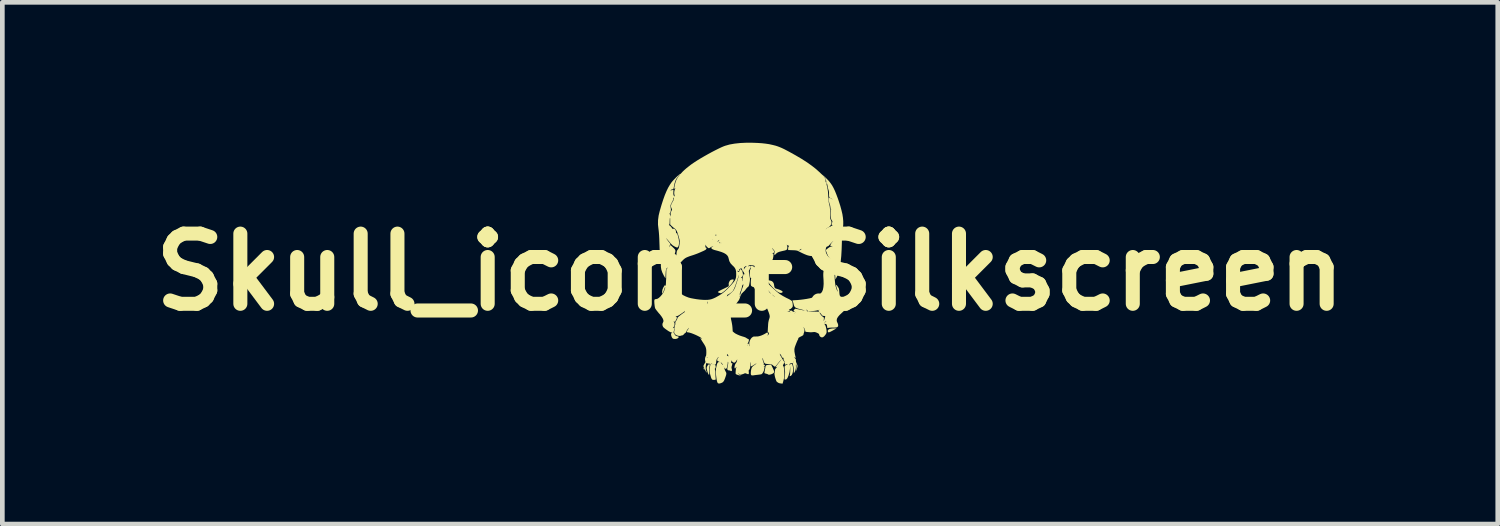
<source format=kicad_pcb>
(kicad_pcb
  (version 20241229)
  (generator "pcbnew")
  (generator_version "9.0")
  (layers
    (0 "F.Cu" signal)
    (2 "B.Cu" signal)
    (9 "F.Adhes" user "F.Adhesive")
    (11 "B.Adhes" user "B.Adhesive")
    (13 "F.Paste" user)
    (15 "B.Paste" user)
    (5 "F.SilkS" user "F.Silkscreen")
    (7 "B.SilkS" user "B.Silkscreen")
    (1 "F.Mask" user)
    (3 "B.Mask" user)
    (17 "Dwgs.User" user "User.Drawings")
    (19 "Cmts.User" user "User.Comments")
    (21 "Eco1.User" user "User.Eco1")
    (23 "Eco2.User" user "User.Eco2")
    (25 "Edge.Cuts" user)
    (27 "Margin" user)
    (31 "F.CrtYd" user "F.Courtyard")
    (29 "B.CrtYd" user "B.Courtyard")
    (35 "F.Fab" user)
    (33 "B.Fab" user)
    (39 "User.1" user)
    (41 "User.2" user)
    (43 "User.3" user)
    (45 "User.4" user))
  (footprint "Skull_icon_FSilkscreen"
    (layer "F.Cu")
    (at 12.979 2.764)
    (property "Reference" "Skull_icon_FSilkscreen" (at 0 0 0) (layer "F.SilkS") (effects (font (size 1.5 1.5) (thickness 0.3))))
    (attr board_only exclude_from_pos_files exclude_from_bom)
    (fp_poly (pts (xy 1.805 1.228) (xy 1.759 1.254) (xy 1.724 1.272) (xy 1.699 1.284) (xy 1.682 1.288) (xy 1.671 1.287) (xy 1.665 1.28) (xy 1.661 1.268) (xy 1.662 1.245) (xy 1.677 1.227) (xy 1.707 1.214) (xy 1.752 1.206) (xy 1.805 1.204) (xy 1.848 1.203)) (stroke (width 0) (type solid)) (fill yes) (layer "F.SilkS"))
    (fp_poly (pts (xy -0.862 1.975) (xy -0.862 1.99) (xy -0.867 2.016) (xy -0.872 2.051) (xy -0.874 2.095) (xy -0.873 2.126) (xy -0.872 2.162) (xy -0.873 2.184) (xy -0.876 2.194) (xy -0.883 2.192) (xy -0.889 2.186) (xy -0.895 2.173) (xy -0.904 2.15) (xy -0.913 2.121) (xy -0.921 2.09) (xy -0.927 2.062) (xy -0.927 2.062) (xy -0.926 2.04) (xy -0.917 2.015) (xy -0.903 1.991) (xy -0.888 1.975) (xy -0.882 1.973) (xy -0.868 1.97)) (stroke (width 0) (type solid)) (fill yes) (layer "F.SilkS"))
    (fp_poly (pts (xy 0.483 2.046) (xy 0.497 2.077) (xy 0.508 2.104) (xy 0.515 2.124) (xy 0.516 2.13) (xy 0.508 2.151) (xy 0.486 2.169) (xy 0.454 2.184) (xy 0.419 2.193) (xy 0.396 2.194) (xy 0.387 2.188) (xy 0.378 2.183) (xy 0.358 2.176) (xy 0.344 2.172) (xy 0.322 2.166) (xy 0.308 2.16) (xy 0.305 2.158) (xy 0.306 2.148) (xy 0.31 2.127) (xy 0.315 2.099) (xy 0.317 2.09) (xy 0.323 2.059) (xy 0.328 2.032) (xy 0.331 2.015) (xy 0.332 2.013) (xy 0.336 2) (xy 0.347 1.992) (xy 0.369 1.986) (xy 0.402 1.982) (xy 0.449 1.978)) (stroke (width 0) (type solid)) (fill yes) (layer "F.SilkS"))
    (fp_poly (pts (xy 0.404 0.178) (xy 0.422 0.18) (xy 0.462 0.192) (xy 0.49 0.214) (xy 0.507 0.247) (xy 0.512 0.271) (xy 0.517 0.305) (xy 0.523 0.327) (xy 0.533 0.342) (xy 0.551 0.352) (xy 0.58 0.361) (xy 0.594 0.365) (xy 0.636 0.38) (xy 0.667 0.395) (xy 0.688 0.409) (xy 0.697 0.423) (xy 0.691 0.435) (xy 0.69 0.435) (xy 0.664 0.446) (xy 0.633 0.443) (xy 0.596 0.425) (xy 0.57 0.407) (xy 0.537 0.38) (xy 0.504 0.349) (xy 0.471 0.315) (xy 0.441 0.281) (xy 0.414 0.249) (xy 0.393 0.22) (xy 0.379 0.197) (xy 0.374 0.181) (xy 0.376 0.176) (xy 0.385 0.176)) (stroke (width 0) (type solid)) (fill yes) (layer "F.SilkS"))
    (fp_poly (pts (xy -0.353 0.16) (xy -0.35 0.171) (xy -0.358 0.191) (xy -0.376 0.222) (xy -0.377 0.224) (xy -0.4 0.255) (xy -0.429 0.29) (xy -0.463 0.325) (xy -0.497 0.36) (xy -0.532 0.392) (xy -0.565 0.419) (xy -0.593 0.439) (xy -0.614 0.45) (xy -0.623 0.452) (xy -0.64 0.449) (xy -0.662 0.443) (xy -0.662 0.443) (xy -0.679 0.436) (xy -0.687 0.43) (xy -0.688 0.429) (xy -0.683 0.421) (xy -0.669 0.41) (xy -0.645 0.396) (xy -0.608 0.377) (xy -0.563 0.356) (xy -0.526 0.338) (xy -0.495 0.323) (xy -0.472 0.311) (xy -0.46 0.303) (xy -0.459 0.302) (xy -0.456 0.289) (xy -0.456 0.268) (xy -0.457 0.265) (xy -0.456 0.235) (xy -0.443 0.203) (xy -0.43 0.181) (xy -0.417 0.169) (xy -0.396 0.162) (xy -0.392 0.161) (xy -0.367 0.157)) (stroke (width 0) (type solid)) (fill yes) (layer "F.SilkS"))
    (fp_poly (pts (xy 0.063 -2.763) (xy 0.164 -2.759) (xy 0.254 -2.753) (xy 0.334 -2.744) (xy 0.408 -2.733) (xy 0.48 -2.717) (xy 0.501 -2.712) (xy 0.548 -2.7) (xy 0.591 -2.686) (xy 0.633 -2.67) (xy 0.678 -2.651) (xy 0.729 -2.627) (xy 0.788 -2.596) (xy 0.832 -2.573) (xy 0.974 -2.494) (xy 1.103 -2.418) (xy 1.22 -2.343) (xy 1.322 -2.27) (xy 1.41 -2.201) (xy 1.484 -2.134) (xy 1.487 -2.132) (xy 1.514 -2.105) (xy 1.537 -2.084) (xy 1.554 -2.069) (xy 1.562 -2.063) (xy 1.563 -2.063) (xy 1.57 -2.057) (xy 1.586 -2.043) (xy 1.609 -2.022) (xy 1.636 -1.996) (xy 1.642 -1.99) (xy 1.682 -1.948) (xy 1.718 -1.903) (xy 1.752 -1.854) (xy 1.783 -1.798) (xy 1.813 -1.735) (xy 1.843 -1.661) (xy 1.875 -1.575) (xy 1.893 -1.523) (xy 1.927 -1.417) (xy 1.953 -1.322) (xy 1.973 -1.237) (xy 1.985 -1.159) (xy 1.991 -1.086) (xy 1.991 -1.017) (xy 1.985 -0.949) (xy 1.98 -0.918) (xy 1.976 -0.888) (xy 1.972 -0.844) (xy 1.969 -0.789) (xy 1.965 -0.725) (xy 1.962 -0.654) (xy 1.961 -0.617) (xy 1.959 -0.555) (xy 1.957 -0.493) (xy 1.954 -0.436) (xy 1.951 -0.386) (xy 1.949 -0.346) (xy 1.946 -0.318) (xy 1.946 -0.316) (xy 1.942 -0.28) (xy 1.938 -0.234) (xy 1.934 -0.185) (xy 1.931 -0.141) (xy 1.924 -0.036) (xy 1.874 0.062) (xy 1.824 0.16) (xy 1.818 0.055) (xy 1.815 0.012) (xy 1.811 -0.029) (xy 1.806 -0.063) (xy 1.801 -0.086) (xy 1.801 -0.087) (xy 1.794 -0.111) (xy 1.79 -0.13) (xy 1.789 -0.135) (xy 1.784 -0.147) (xy 1.771 -0.163) (xy 1.766 -0.168) (xy 1.752 -0.184) (xy 1.745 -0.197) (xy 1.745 -0.2) (xy 1.743 -0.212) (xy 1.734 -0.223) (xy 1.722 -0.237) (xy 1.719 -0.249) (xy 1.725 -0.254) (xy 1.731 -0.253) (xy 1.733 -0.255) (xy 1.725 -0.266) (xy 1.71 -0.284) (xy 1.708 -0.286) (xy 1.688 -0.31) (xy 1.67 -0.335) (xy 1.662 -0.352) (xy 1.643 -0.398) (xy 1.629 -0.435) (xy 1.621 -0.459) (xy 1.618 -0.471) (xy 1.618 -0.472) (xy 1.625 -0.477) (xy 1.641 -0.49) (xy 1.662 -0.507) (xy 1.663 -0.508) (xy 1.694 -0.53) (xy 1.718 -0.542) (xy 1.738 -0.543) (xy 1.754 -0.538) (xy 1.765 -0.533) (xy 1.763 -0.536) (xy 1.754 -0.543) (xy 1.739 -0.552) (xy 1.73 -0.555) (xy 1.717 -0.56) (xy 1.715 -0.574) (xy 1.725 -0.596) (xy 1.744 -0.626) (xy 1.772 -0.659) (xy 1.785 -0.674) (xy 1.787 -0.677) (xy 1.778 -0.669) (xy 1.761 -0.652) (xy 1.736 -0.625) (xy 1.712 -0.599) (xy 1.694 -0.578) (xy 1.692 -0.576) (xy 1.677 -0.559) (xy 1.662 -0.55) (xy 1.642 -0.545) (xy 1.619 -0.542) (xy 1.57 -0.537) (xy 1.557 -0.567) (xy 1.546 -0.61) (xy 1.543 -0.662) (xy 1.549 -0.717) (xy 1.564 -0.774) (xy 1.566 -0.777) (xy 1.577 -0.807) (xy 1.587 -0.831) (xy 1.595 -0.846) (xy 1.597 -0.848) (xy 1.605 -0.859) (xy 1.616 -0.879) (xy 1.622 -0.891) (xy 1.641 -0.92) (xy 1.663 -0.938) (xy 1.686 -0.944) (xy 1.704 -0.939) (xy 1.714 -0.934) (xy 1.718 -0.94) (xy 1.719 -0.953) (xy 1.723 -0.972) (xy 1.737 -0.986) (xy 1.742 -0.988) (xy 1.758 -0.998) (xy 1.766 -1.005) (xy 1.763 -1.008) (xy 1.754 -1.005) (xy 1.745 -1.006) (xy 1.743 -1.021) (xy 1.751 -1.048) (xy 1.753 -1.056) (xy 1.759 -1.076) (xy 1.757 -1.09) (xy 1.746 -1.106) (xy 1.746 -1.107) (xy 1.738 -1.119) (xy 1.733 -1.131) (xy 1.729 -1.149) (xy 1.727 -1.175) (xy 1.726 -1.212) (xy 1.726 -1.223) (xy 1.724 -1.296) (xy 1.721 -1.332) (xy 1.734 -1.332) (xy 1.738 -1.328) (xy 1.742 -1.332) (xy 1.738 -1.336) (xy 1.734 -1.332) (xy 1.721 -1.332) (xy 1.72 -1.356) (xy 1.714 -1.404) (xy 1.708 -1.438) (xy 1.7 -1.457) (xy 1.694 -1.472) (xy 1.689 -1.496) (xy 1.684 -1.523) (xy 1.682 -1.551) (xy 1.681 -1.575) (xy 1.683 -1.59) (xy 1.686 -1.594) (xy 1.697 -1.588) (xy 1.703 -1.582) (xy 1.713 -1.574) (xy 1.717 -1.574) (xy 1.716 -1.576) (xy 1.728 -1.576) (xy 1.73 -1.574) (xy 1.738 -1.567) (xy 1.752 -1.557) (xy 1.757 -1.556) (xy 1.758 -1.558) (xy 1.752 -1.564) (xy 1.74 -1.571) (xy 1.728 -1.576) (xy 1.716 -1.576) (xy 1.715 -1.581) (xy 1.703 -1.592) (xy 1.703 -1.592) (xy 1.694 -1.602) (xy 1.689 -1.613) (xy 1.687 -1.631) (xy 1.687 -1.659) (xy 1.687 -1.665) (xy 1.686 -1.705) (xy 1.681 -1.738) (xy 1.677 -1.75) (xy 1.671 -1.771) (xy 1.663 -1.802) (xy 1.657 -1.835) (xy 1.656 -1.838) (xy 1.651 -1.866) (xy 1.645 -1.888) (xy 1.641 -1.898) (xy 1.64 -1.899) (xy 1.634 -1.894) (xy 1.634 -1.881) (xy 1.638 -1.857) (xy 1.647 -1.82) (xy 1.649 -1.813) (xy 1.657 -1.77) (xy 1.665 -1.713) (xy 1.67 -1.641) (xy 1.671 -1.617) (xy 1.675 -1.557) (xy 1.679 -1.511) (xy 1.684 -1.477) (xy 1.689 -1.454) (xy 1.692 -1.449) (xy 1.697 -1.428) (xy 1.703 -1.396) (xy 1.707 -1.355) (xy 1.711 -1.311) (xy 1.714 -1.266) (xy 1.715 -1.224) (xy 1.714 -1.19) (xy 1.713 -1.178) (xy 1.714 -1.144) (xy 1.725 -1.112) (xy 1.726 -1.111) (xy 1.739 -1.08) (xy 1.741 -1.054) (xy 1.733 -1.025) (xy 1.725 -1.008) (xy 1.708 -0.982) (xy 1.685 -0.962) (xy 1.664 -0.949) (xy 1.639 -0.933) (xy 1.618 -0.912) (xy 1.6 -0.886) (xy 1.582 -0.85) (xy 1.564 -0.803) (xy 1.555 -0.776) (xy 1.541 -0.729) (xy 1.534 -0.69) (xy 1.531 -0.65) (xy 1.531 -0.647) (xy 1.533 -0.612) (xy 1.538 -0.574) (xy 1.545 -0.538) (xy 1.553 -0.509) (xy 1.561 -0.49) (xy 1.562 -0.489) (xy 1.569 -0.475) (xy 1.574 -0.461) (xy 1.584 -0.441) (xy 1.598 -0.421) (xy 1.598 -0.42) (xy 1.611 -0.399) (xy 1.622 -0.368) (xy 1.63 -0.334) (xy 1.633 -0.305) (xy 1.627 -0.291) (xy 1.614 -0.273) (xy 1.605 -0.264) (xy 1.584 -0.242) (xy 1.565 -0.218) (xy 1.561 -0.212) (xy 1.544 -0.185) (xy 1.489 -0.244) (xy 1.451 -0.282) (xy 1.416 -0.309) (xy 1.382 -0.327) (xy 1.343 -0.338) (xy 1.302 -0.343) (xy 1.267 -0.348) (xy 1.234 -0.356) (xy 1.199 -0.368) (xy 1.156 -0.386) (xy 1.119 -0.403) (xy 1.084 -0.42) (xy 1.054 -0.435) (xy 1.039 -0.443) (xy 1.022 -0.452) (xy 1.006 -0.458) (xy 0.989 -0.461) (xy 1.027 -0.461) (xy 1.055 -0.466) (xy 1.075 -0.47) (xy 1.087 -0.474) (xy 1.088 -0.474) (xy 1.093 -0.484) (xy 1.094 -0.491) (xy 1.092 -0.499) (xy 1.087 -0.493) (xy 1.086 -0.492) (xy 1.074 -0.482) (xy 1.055 -0.472) (xy 1.053 -0.471) (xy 1.027 -0.461) (xy 0.989 -0.461) (xy 0.985 -0.462) (xy 0.957 -0.465) (xy 0.918 -0.467) (xy 0.908 -0.467) (xy 0.813 -0.471) (xy 0.813 -0.502) (xy 0.816 -0.528) (xy 0.825 -0.548) (xy 0.825 -0.548) (xy 0.834 -0.559) (xy 0.831 -0.562) (xy 0.824 -0.563) (xy 0.808 -0.568) (xy 0.794 -0.576) (xy 0.784 -0.585) (xy 0.783 -0.583) (xy 0.788 -0.573) (xy 0.795 -0.55) (xy 0.797 -0.522) (xy 0.793 -0.495) (xy 0.787 -0.482) (xy 0.774 -0.473) (xy 0.749 -0.463) (xy 0.723 -0.457) (xy 0.671 -0.445) (xy 0.631 -0.435) (xy 0.602 -0.424) (xy 0.579 -0.412) (xy 0.561 -0.397) (xy 0.553 -0.39) (xy 0.524 -0.359) (xy 0.519 -0.38) (xy 0.517 -0.404) (xy 0.521 -0.422) (xy 0.524 -0.436) (xy 0.522 -0.449) (xy 0.511 -0.467) (xy 0.501 -0.479) (xy 0.486 -0.498) (xy 0.475 -0.51) (xy 0.47 -0.512) (xy 0.473 -0.505) (xy 0.483 -0.489) (xy 0.493 -0.477) (xy 0.508 -0.456) (xy 0.514 -0.442) (xy 0.512 -0.428) (xy 0.511 -0.424) (xy 0.498 -0.405) (xy 0.484 -0.398) (xy 0.465 -0.392) (xy 0.483 -0.391) (xy 0.493 -0.39) (xy 0.499 -0.385) (xy 0.5 -0.371) (xy 0.499 -0.347) (xy 0.499 -0.342) (xy 0.488 -0.284) (xy 0.464 -0.228) (xy 0.43 -0.18) (xy 0.42 -0.169) (xy 0.373 -0.119) (xy 0.338 -0.073) (xy 0.318 -0.033) (xy 0.316 -0.026) (xy 0.306 0.03) (xy 0.308 0.092) (xy 0.32 0.151) (xy 0.333 0.185) (xy 0.35 0.211) (xy 0.373 0.236) (xy 0.392 0.254) (xy 0.419 0.279) (xy 0.451 0.31) (xy 0.486 0.343) (xy 0.504 0.36) (xy 0.568 0.417) (xy 0.63 0.466) (xy 0.697 0.509) (xy 0.772 0.55) (xy 0.816 0.571) (xy 0.847 0.587) (xy 0.873 0.603) (xy 0.891 0.616) (xy 0.895 0.62) (xy 0.902 0.638) (xy 0.908 0.664) (xy 0.911 0.688) (xy 0.913 0.716) (xy 0.912 0.734) (xy 0.906 0.747) (xy 0.894 0.763) (xy 0.889 0.767) (xy 0.871 0.785) (xy 0.856 0.792) (xy 0.844 0.792) (xy 0.83 0.789) (xy 0.831 0.792) (xy 0.839 0.799) (xy 0.85 0.813) (xy 0.845 0.826) (xy 0.826 0.838) (xy 0.82 0.841) (xy 0.793 0.851) (xy 0.822 0.849) (xy 0.844 0.845) (xy 0.854 0.835) (xy 0.854 0.834) (xy 0.864 0.823) (xy 0.879 0.821) (xy 0.895 0.829) (xy 0.9 0.834) (xy 0.916 0.845) (xy 0.938 0.85) (xy 0.955 0.85) (xy 0.958 0.848) (xy 0.948 0.843) (xy 0.947 0.842) (xy 0.933 0.831) (xy 0.932 0.823) (xy 1.167 0.823) (xy 1.168 0.828) (xy 1.172 0.828) (xy 1.178 0.825) (xy 1.177 0.823) (xy 1.168 0.822) (xy 1.167 0.823) (xy 0.932 0.823) (xy 0.932 0.817) (xy 0.946 0.8) (xy 0.948 0.799) (xy 0.965 0.782) (xy 1.039 0.797) (xy 1.074 0.805) (xy 1.105 0.811) (xy 1.128 0.816) (xy 1.135 0.818) (xy 1.15 0.82) (xy 1.156 0.818) (xy 1.149 0.815) (xy 1.13 0.809) (xy 1.101 0.801) (xy 1.078 0.795) (xy 1.199 0.795) (xy 1.204 0.804) (xy 1.206 0.807) (xy 1.214 0.824) (xy 1.215 0.835) (xy 1.215 0.836) (xy 1.221 0.838) (xy 1.24 0.84) (xy 1.27 0.842) (xy 1.309 0.843) (xy 1.338 0.843) (xy 1.38 0.844) (xy 1.418 0.845) (xy 1.446 0.846) (xy 1.464 0.847) (xy 1.468 0.848) (xy 1.475 0.848) (xy 1.473 0.841) (xy 1.465 0.833) (xy 1.455 0.825) (xy 1.459 0.82) (xy 1.468 0.817) (xy 1.48 0.811) (xy 1.482 0.808) (xy 1.474 0.808) (xy 1.456 0.813) (xy 1.445 0.817) (xy 1.422 0.822) (xy 1.389 0.828) (xy 1.351 0.832) (xy 1.325 0.834) (xy 1.239 0.838) (xy 1.216 0.812) (xy 1.203 0.798) (xy 1.199 0.795) (xy 1.078 0.795) (xy 1.068 0.793) (xy 1.021 0.78) (xy 0.987 0.767) (xy 0.963 0.753) (xy 0.947 0.734) (xy 0.936 0.71) (xy 0.93 0.683) (xy 0.923 0.655) (xy 0.915 0.632) (xy 0.909 0.621) (xy 0.905 0.614) (xy 0.905 0.609) (xy 0.911 0.606) (xy 0.926 0.603) (xy 0.952 0.601) (xy 0.991 0.599) (xy 0.996 0.599) (xy 1.066 0.593) (xy 1.14 0.584) (xy 1.212 0.573) (xy 1.279 0.56) (xy 1.335 0.545) (xy 1.344 0.543) (xy 1.392 0.524) (xy 1.441 0.5) (xy 1.484 0.474) (xy 1.518 0.447) (xy 1.54 0.417) (xy 1.557 0.375) (xy 1.567 0.32) (xy 1.572 0.253) (xy 1.57 0.171) (xy 1.568 0.141) (xy 1.565 0.093) (xy 1.564 0.056) (xy 1.565 0.024) (xy 1.568 -0.006) (xy 1.573 -0.036) (xy 1.58 -0.078) (xy 1.584 -0.108) (xy 1.585 -0.129) (xy 1.582 -0.143) (xy 1.575 -0.154) (xy 1.57 -0.161) (xy 1.559 -0.175) (xy 1.559 -0.186) (xy 1.564 -0.194) (xy 1.578 -0.212) (xy 1.596 -0.233) (xy 1.614 -0.253) (xy 1.628 -0.266) (xy 1.631 -0.269) (xy 1.641 -0.266) (xy 1.658 -0.254) (xy 1.677 -0.233) (xy 1.697 -0.208) (xy 1.706 -0.194) (xy 1.718 -0.179) (xy 1.729 -0.172) (xy 1.73 -0.172) (xy 1.744 -0.165) (xy 1.761 -0.147) (xy 1.777 -0.122) (xy 1.785 -0.105) (xy 1.791 -0.088) (xy 1.795 -0.063) (xy 1.799 -0.029) (xy 1.803 0.018) (xy 1.806 0.074) (xy 1.809 0.141) (xy 1.813 0.196) (xy 1.818 0.241) (xy 1.824 0.279) (xy 1.831 0.313) (xy 1.841 0.345) (xy 1.849 0.368) (xy 1.861 0.399) (xy 1.869 0.415) (xy 1.873 0.417) (xy 1.871 0.406) (xy 1.865 0.382) (xy 1.856 0.353) (xy 1.843 0.313) (xy 1.837 0.287) (xy 1.838 0.275) (xy 1.846 0.277) (xy 1.86 0.293) (xy 1.871 0.308) (xy 1.886 0.331) (xy 1.896 0.349) (xy 1.901 0.368) (xy 1.905 0.394) (xy 1.907 0.427) (xy 1.91 0.463) (xy 1.914 0.488) (xy 1.919 0.504) (xy 1.927 0.517) (xy 1.931 0.521) (xy 1.949 0.536) (xy 1.977 0.553) (xy 2.007 0.569) (xy 2.036 0.58) (xy 2.059 0.586) (xy 2.062 0.586) (xy 2.075 0.589) (xy 2.075 0.598) (xy 2.072 0.61) (xy 2.067 0.634) (xy 2.062 0.665) (xy 2.059 0.682) (xy 2.05 0.73) (xy 2.041 0.766) (xy 2.03 0.794) (xy 2.015 0.818) (xy 1.994 0.842) (xy 1.965 0.868) (xy 1.961 0.872) (xy 1.913 0.917) (xy 1.879 0.957) (xy 1.858 0.994) (xy 1.851 1.028) (xy 1.856 1.061) (xy 1.867 1.084) (xy 1.878 1.109) (xy 1.883 1.135) (xy 1.883 1.137) (xy 1.88 1.158) (xy 1.869 1.173) (xy 1.848 1.182) (xy 1.816 1.186) (xy 1.781 1.187) (xy 1.745 1.187) (xy 1.712 1.188) (xy 1.686 1.191) (xy 1.683 1.191) (xy 1.651 1.197) (xy 1.646 1.158) (xy 1.641 1.134) (xy 1.635 1.12) (xy 1.623 1.113) (xy 1.616 1.11) (xy 1.596 1.105) (xy 1.587 1.107) (xy 1.59 1.114) (xy 1.596 1.119) (xy 1.606 1.134) (xy 1.616 1.159) (xy 1.625 1.193) (xy 1.632 1.229) (xy 1.635 1.262) (xy 1.635 1.29) (xy 1.628 1.312) (xy 1.614 1.335) (xy 1.613 1.337) (xy 1.585 1.371) (xy 1.559 1.391) (xy 1.534 1.397) (xy 1.528 1.395) (xy 1.502 1.383) (xy 1.484 1.363) (xy 1.477 1.34) (xy 1.473 1.326) (xy 1.461 1.314) (xy 1.439 1.302) (xy 1.405 1.287) (xy 1.375 1.281) (xy 1.344 1.283) (xy 1.336 1.284) (xy 1.315 1.286) (xy 1.284 1.286) (xy 1.251 1.284) (xy 1.247 1.283) (xy 1.185 1.277) (xy 1.176 1.246) (xy 1.166 1.219) (xy 1.155 1.194) (xy 1.153 1.191) (xy 1.146 1.179) (xy 1.143 1.179) (xy 1.146 1.191) (xy 1.155 1.216) (xy 1.157 1.221) (xy 1.163 1.241) (xy 1.162 1.259) (xy 1.156 1.282) (xy 1.154 1.287) (xy 1.146 1.312) (xy 1.141 1.332) (xy 1.141 1.338) (xy 1.133 1.35) (xy 1.111 1.364) (xy 1.092 1.374) (xy 1.065 1.387) (xy 1.043 1.401) (xy 1.031 1.41) (xy 1.024 1.42) (xy 1.027 1.42) (xy 1.031 1.418) (xy 1.035 1.419) (xy 1.03 1.431) (xy 1.026 1.438) (xy 1.014 1.459) (xy 1.001 1.489) (xy 0.988 1.52) (xy 0.976 1.551) (xy 0.965 1.58) (xy 0.957 1.602) (xy 0.947 1.645) (xy 0.948 1.698) (xy 0.959 1.76) (xy 0.961 1.77) (xy 0.969 1.803) (xy 0.974 1.824) (xy 0.976 1.834) (xy 0.974 1.836) (xy 0.969 1.832) (xy 0.967 1.83) (xy 0.953 1.821) (xy 0.948 1.82) (xy 0.946 1.825) (xy 0.955 1.836) (xy 0.96 1.842) (xy 0.975 1.86) (xy 0.98 1.878) (xy 0.979 1.888) (xy 0.981 1.916) (xy 0.995 1.953) (xy 0.996 1.955) (xy 1.008 1.98) (xy 1.013 1.999) (xy 1.013 2.018) (xy 1.008 2.041) (xy 1.001 2.068) (xy 0.993 2.09) (xy 0.988 2.099) (xy 0.981 2.107) (xy 0.98 2.104) (xy 0.984 2.091) (xy 0.989 2.072) (xy 0.991 2.046) (xy 0.992 2.018) (xy 0.991 1.993) (xy 0.988 1.975) (xy 0.984 1.969) (xy 0.979 1.976) (xy 0.979 1.997) (xy 0.98 2.004) (xy 0.98 2.048) (xy 0.969 2.098) (xy 0.955 2.131) (xy 0.944 2.15) (xy 0.937 2.155) (xy 0.933 2.144) (xy 0.934 2.12) (xy 0.935 2.111) (xy 0.933 2.052) (xy 0.926 2.016) (xy 0.919 1.988) (xy 0.914 1.965) (xy 0.912 1.953) (xy 0.909 1.946) (xy 0.899 1.945) (xy 0.877 1.949) (xy 0.877 1.949) (xy 0.856 1.955) (xy 0.847 1.962) (xy 0.844 1.975) (xy 0.845 1.98) (xy 0.845 1.996) (xy 0.847 1.997) (xy 0.851 1.984) (xy 0.862 1.968) (xy 0.877 1.963) (xy 0.889 1.962) (xy 0.897 1.968) (xy 0.904 1.982) (xy 0.911 2.005) (xy 0.919 2.046) (xy 0.92 2.089) (xy 0.915 2.131) (xy 0.905 2.169) (xy 0.891 2.198) (xy 0.873 2.217) (xy 0.87 2.218) (xy 0.854 2.224) (xy 0.847 2.225) (xy 0.847 2.216) (xy 0.85 2.198) (xy 0.852 2.191) (xy 0.855 2.17) (xy 0.857 2.138) (xy 0.858 2.101) (xy 0.858 2.082) (xy 0.857 2.004) (xy 0.852 2.074) (xy 0.843 2.139) (xy 0.825 2.201) (xy 0.822 2.21) (xy 0.806 2.249) (xy 0.792 2.275) (xy 0.777 2.29) (xy 0.76 2.296) (xy 0.751 2.297) (xy 0.739 2.295) (xy 0.735 2.287) (xy 0.737 2.272) (xy 0.746 2.202) (xy 0.748 2.136) (xy 0.742 2.081) (xy 0.737 2.043) (xy 0.739 2.017) (xy 0.749 2) (xy 0.767 1.988) (xy 0.777 1.984) (xy 0.794 1.977) (xy 0.801 1.97) (xy 0.8 1.968) (xy 0.791 1.966) (xy 0.775 1.972) (xy 0.774 1.972) (xy 0.756 1.98) (xy 0.747 1.976) (xy 0.743 1.961) (xy 0.742 1.944) (xy 0.74 1.929) (xy 0.916 1.929) (xy 0.917 1.93) (xy 0.924 1.924) (xy 0.926 1.922) (xy 0.928 1.915) (xy 0.927 1.914) (xy 0.92 1.92) (xy 0.918 1.922) (xy 0.916 1.929) (xy 0.74 1.929) (xy 0.736 1.911) (xy 0.726 1.891) (xy 0.714 1.867) (xy 0.714 1.849) (xy 0.716 1.835) (xy 0.71 1.832) (xy 0.708 1.833) (xy 0.694 1.831) (xy 0.681 1.819) (xy 0.672 1.803) (xy 0.672 1.798) (xy 0.667 1.784) (xy 0.655 1.766) (xy 0.652 1.762) (xy 0.639 1.747) (xy 0.635 1.745) (xy 0.636 1.752) (xy 0.637 1.758) (xy 0.646 1.78) (xy 0.664 1.813) (xy 0.689 1.856) (xy 0.712 1.892) (xy 0.736 1.929) (xy 0.716 1.965) (xy 0.705 1.987) (xy 0.702 2) (xy 0.707 2.006) (xy 0.715 2.016) (xy 0.721 2.036) (xy 0.726 2.068) (xy 0.73 2.113) (xy 0.732 2.14) (xy 0.733 2.201) (xy 0.727 2.258) (xy 0.713 2.319) (xy 0.706 2.345) (xy 0.694 2.385) (xy 0.655 2.38) (xy 0.629 2.376) (xy 0.609 2.369) (xy 0.602 2.365) (xy 0.586 2.354) (xy 0.577 2.35) (xy 0.568 2.34) (xy 0.557 2.318) (xy 0.547 2.289) (xy 0.536 2.255) (xy 0.528 2.221) (xy 0.523 2.191) (xy 0.521 2.167) (xy 0.523 2.153) (xy 0.524 2.153) (xy 0.528 2.141) (xy 0.531 2.12) (xy 0.531 2.111) (xy 0.533 2.087) (xy 0.542 2.068) (xy 0.558 2.05) (xy 0.575 2.033) (xy 0.58 2.025) (xy 0.574 2.026) (xy 0.562 2.032) (xy 0.55 2.035) (xy 0.547 2.033) (xy 0.551 2.024) (xy 0.563 2.006) (xy 0.581 1.982) (xy 0.601 1.955) (xy 0.623 1.927) (xy 0.643 1.902) (xy 0.655 1.887) (xy 0.676 1.863) (xy 0.653 1.883) (xy 0.638 1.898) (xy 0.618 1.922) (xy 0.596 1.95) (xy 0.589 1.959) (xy 0.569 1.985) (xy 0.551 2.006) (xy 0.538 2.019) (xy 0.534 2.021) (xy 0.521 2.019) (xy 0.501 2.005) (xy 0.494 1.998) (xy 0.479 1.985) (xy 0.466 1.977) (xy 0.45 1.972) (xy 0.426 1.969) (xy 0.395 1.967) (xy 0.361 1.964) (xy 0.338 1.961) (xy 0.323 1.956) (xy 0.313 1.948) (xy 0.308 1.943) (xy 0.296 1.923) (xy 0.286 1.896) (xy 0.281 1.879) (xy 0.276 1.856) (xy 0.271 1.84) (xy 0.268 1.836) (xy 0.266 1.843) (xy 0.267 1.86) (xy 0.271 1.882) (xy 0.277 1.904) (xy 0.283 1.923) (xy 0.286 1.929) (xy 0.294 1.953) (xy 0.293 1.967) (xy 0.291 1.981) (xy 0.297 1.983) (xy 0.3 1.982) (xy 0.312 1.982) (xy 0.319 1.99) (xy 0.316 1.999) (xy 0.315 1.999) (xy 0.306 2.009) (xy 0.297 2.02) (xy 0.289 2.03) (xy 0.292 2.03) (xy 0.299 2.024) (xy 0.309 2.018) (xy 0.311 2.023) (xy 0.31 2.032) (xy 0.306 2.052) (xy 0.301 2.078) (xy 0.301 2.082) (xy 0.293 2.112) (xy 0.279 2.141) (xy 0.263 2.166) (xy 0.246 2.181) (xy 0.24 2.184) (xy 0.224 2.187) (xy 0.198 2.191) (xy 0.166 2.195) (xy 0.156 2.196) (xy 0.122 2.2) (xy 0.09 2.204) (xy 0.066 2.208) (xy 0.062 2.208) (xy 0.04 2.209) (xy 0.025 2.202) (xy 0.017 2.186) (xy 0.015 2.159) (xy 0.018 2.118) (xy 0.019 2.11) (xy 0.026 2.071) (xy 0.035 2.044) (xy 0.05 2.022) (xy 0.074 2.001) (xy 0.086 1.993) (xy 0.11 1.976) (xy 0.128 1.961) (xy 0.137 1.952) (xy 0.138 1.952) (xy 0.135 1.951) (xy 0.123 1.957) (xy 0.109 1.967) (xy 0.083 1.983) (xy 0.057 1.999) (xy 0.035 2.01) (xy 0.021 2.016) (xy 0.02 2.016) (xy 0.017 2.009) (xy 0.015 1.991) (xy 0.015 1.983) (xy 0.013 1.956) (xy 0.008 1.934) (xy 0.007 1.93) (xy 0.004 1.923) (xy 0.003 1.93) (xy 0.004 1.953) (xy 0.004 1.953) (xy 0.005 1.991) (xy 0.003 2.027) (xy -0.003 2.058) (xy -0.012 2.08) (xy -0.019 2.088) (xy -0.027 2.096) (xy -0.03 2.11) (xy -0.028 2.132) (xy -0.026 2.162) (xy -0.03 2.178) (xy -0.042 2.183) (xy -0.063 2.176) (xy -0.071 2.173) (xy -0.094 2.164) (xy -0.11 2.162) (xy -0.113 2.163) (xy -0.124 2.169) (xy -0.146 2.178) (xy -0.166 2.184) (xy -0.192 2.192) (xy -0.207 2.194) (xy -0.218 2.191) (xy -0.224 2.186) (xy -0.241 2.174) (xy -0.25 2.168) (xy -0.258 2.164) (xy -0.255 2.17) (xy -0.25 2.176) (xy -0.234 2.189) (xy -0.215 2.2) (xy -0.201 2.207) (xy -0.201 2.21) (xy -0.207 2.211) (xy -0.227 2.208) (xy -0.252 2.202) (xy -0.277 2.193) (xy -0.297 2.185) (xy -0.306 2.178) (xy -0.309 2.165) (xy -0.309 2.141) (xy -0.307 2.112) (xy -0.304 2.081) (xy -0.299 2.054) (xy -0.296 2.043) (xy -0.292 2.028) (xy -0.294 2.026) (xy -0.301 2.034) (xy -0.311 2.05) (xy -0.315 2.058) (xy -0.321 2.062) (xy -0.327 2.058) (xy -0.333 2.043) (xy -0.332 2.02) (xy -0.326 1.993) (xy -0.316 1.967) (xy -0.305 1.95) (xy -0.289 1.926) (xy -0.28 1.899) (xy -0.279 1.896) (xy -0.274 1.865) (xy -0.297 1.901) (xy -0.317 1.927) (xy -0.336 1.937) (xy -0.357 1.933) (xy -0.381 1.914) (xy -0.387 1.908) (xy -0.402 1.892) (xy -0.409 1.887) (xy -0.409 1.892) (xy -0.405 1.9) (xy -0.4 1.919) (xy -0.405 1.932) (xy -0.406 1.933) (xy -0.41 1.945) (xy -0.407 1.949) (xy -0.398 1.947) (xy -0.396 1.944) (xy -0.39 1.938) (xy -0.383 1.943) (xy -0.379 1.951) (xy -0.38 1.967) (xy -0.387 1.993) (xy -0.388 1.996) (xy -0.395 2.023) (xy -0.397 2.043) (xy -0.394 2.061) (xy -0.392 2.066) (xy -0.387 2.087) (xy -0.387 2.103) (xy -0.387 2.105) (xy -0.398 2.116) (xy -0.411 2.116) (xy -0.418 2.11) (xy -0.428 2.104) (xy -0.447 2.102) (xy -0.449 2.102) (xy -0.472 2.098) (xy -0.484 2.086) (xy -0.487 2.065) (xy -0.482 2.032) (xy -0.48 2.026) (xy -0.473 1.991) (xy -0.468 1.958) (xy -0.467 1.933) (xy -0.471 1.918) (xy -0.471 1.917) (xy -0.475 1.92) (xy -0.477 1.934) (xy -0.477 1.938) (xy -0.478 1.956) (xy -0.482 1.981) (xy -0.488 2.009) (xy -0.493 2.034) (xy -0.499 2.052) (xy -0.501 2.059) (xy -0.513 2.064) (xy -0.527 2.067) (xy -0.538 2.066) (xy -0.539 2.065) (xy -0.543 2.054) (xy -0.55 2.043) (xy -0.555 2.039) (xy -0.554 2.046) (xy -0.55 2.062) (xy -0.543 2.081) (xy -0.534 2.102) (xy -0.525 2.121) (xy -0.52 2.13) (xy -0.51 2.15) (xy -0.507 2.173) (xy -0.512 2.201) (xy -0.523 2.235) (xy -0.539 2.28) (xy -0.553 2.313) (xy -0.566 2.335) (xy -0.58 2.351) (xy -0.596 2.362) (xy -0.607 2.367) (xy -0.643 2.38) (xy -0.67 2.382) (xy -0.689 2.373) (xy -0.69 2.371) (xy -0.698 2.359) (xy -0.705 2.338) (xy -0.713 2.306) (xy -0.72 2.261) (xy -0.727 2.203) (xy -0.727 2.202) (xy -0.732 2.125) (xy -0.727 2.054) (xy -0.719 2.02) (xy -0.57 2.02) (xy -0.566 2.024) (xy -0.563 2.02) (xy -0.566 2.016) (xy -0.57 2.02) (xy -0.719 2.02) (xy -0.711 1.983) (xy -0.706 1.967) (xy -0.696 1.943) (xy -0.685 1.929) (xy -0.676 1.926) (xy -0.648 1.926) (xy -0.645 1.93) (xy -0.626 1.93) (xy -0.626 1.935) (xy -0.617 1.949) (xy -0.608 1.96) (xy -0.59 1.98) (xy -0.581 1.987) (xy -0.58 1.983) (xy -0.589 1.968) (xy -0.597 1.957) (xy -0.611 1.941) (xy -0.623 1.931) (xy -0.626 1.93) (xy -0.645 1.93) (xy -0.641 1.926) (xy -0.645 1.922) (xy -0.648 1.926) (xy -0.676 1.926) (xy -0.673 1.924) (xy -0.652 1.919) (xy -0.678 1.909) (xy -0.696 1.899) (xy -0.703 1.885) (xy -0.703 1.876) (xy -0.699 1.856) (xy -0.691 1.844) (xy -0.678 1.828) (xy -0.671 1.817) (xy -0.671 1.813) (xy -0.68 1.82) (xy -0.69 1.83) (xy -0.707 1.852) (xy -0.716 1.874) (xy -0.722 1.903) (xy -0.722 1.907) (xy -0.727 1.941) (xy -0.731 1.962) (xy -0.737 1.973) (xy -0.746 1.977) (xy -0.749 1.977) (xy -0.757 1.978) (xy -0.752 1.983) (xy -0.748 1.985) (xy -0.737 1.999) (xy -0.734 2.024) (xy -0.738 2.049) (xy -0.748 2.062) (xy -0.757 2.071) (xy -0.753 2.076) (xy -0.749 2.087) (xy -0.745 2.111) (xy -0.742 2.147) (xy -0.74 2.18) (xy -0.739 2.218) (xy -0.737 2.251) (xy -0.735 2.276) (xy -0.734 2.289) (xy -0.734 2.289) (xy -0.736 2.298) (xy -0.752 2.303) (xy -0.757 2.303) (xy -0.787 2.304) (xy -0.807 2.299) (xy -0.821 2.283) (xy -0.833 2.256) (xy -0.835 2.248) (xy -0.854 2.183) (xy -0.863 2.127) (xy -0.864 2.076) (xy -0.857 2.027) (xy -0.851 1.998) (xy -0.848 1.975) (xy -0.848 1.971) (xy -0.779 1.971) (xy -0.778 1.976) (xy -0.773 1.977) (xy -0.767 1.974) (xy -0.768 1.971) (xy -0.778 1.971) (xy -0.779 1.971) (xy -0.848 1.971) (xy -0.847 1.963) (xy -0.848 1.962) (xy -0.857 1.96) (xy -0.876 1.957) (xy -0.833 1.957) (xy -0.828 1.961) (xy -0.814 1.968) (xy -0.809 1.969) (xy -0.807 1.965) (xy -0.813 1.961) (xy -0.827 1.954) (xy -0.832 1.953) (xy -0.833 1.957) (xy -0.876 1.957) (xy -0.876 1.957) (xy -0.891 1.955) (xy -0.913 1.951) (xy -0.928 1.946) (xy -0.93 1.942) (xy -0.932 1.939) (xy -0.936 1.948) (xy -0.94 1.965) (xy -0.945 1.987) (xy -0.948 2.01) (xy -0.949 2.021) (xy -0.947 2.072) (xy -0.938 2.105) (xy -0.931 2.128) (xy -0.928 2.144) (xy -0.929 2.149) (xy -0.935 2.142) (xy -0.945 2.125) (xy -0.955 2.103) (xy -0.965 2.079) (xy -0.971 2.059) (xy -0.974 2.054) (xy -0.975 2.064) (xy -0.976 2.07) (xy -0.977 2.087) (xy -0.981 2.09) (xy -0.984 2.086) (xy -0.99 2.072) (xy -0.992 2.055) (xy -0.991 2.041) (xy -0.987 2.035) (xy -0.984 2.035) (xy -0.977 2.035) (xy -0.977 2.032) (xy -0.983 2.024) (xy -0.988 2.024) (xy -0.999 2.019) (xy -1 2.015) (xy -0.996 2.004) (xy -0.987 1.984) (xy -0.975 1.961) (xy -0.962 1.94) (xy -0.959 1.936) (xy -0.954 1.922) (xy -0.957 1.903) (xy -0.959 1.897) (xy -0.963 1.874) (xy -0.962 1.847) (xy -0.957 1.821) (xy -0.954 1.813) (xy -0.929 1.813) (xy -0.927 1.817) (xy -0.923 1.822) (xy -0.912 1.835) (xy -0.906 1.834) (xy -0.906 1.833) (xy -0.912 1.827) (xy -0.92 1.819) (xy -0.929 1.813) (xy -0.954 1.813) (xy -0.949 1.802) (xy -0.944 1.796) (xy -0.94 1.786) (xy -0.938 1.772) (xy -0.496 1.772) (xy -0.493 1.78) (xy -0.483 1.789) (xy -0.469 1.799) (xy -0.463 1.799) (xy -0.466 1.786) (xy -0.469 1.775) (xy -0.476 1.759) (xy -0.482 1.756) (xy -0.49 1.762) (xy -0.496 1.772) (xy -0.938 1.772) (xy -0.937 1.762) (xy -0.935 1.728) (xy -0.935 1.714) (xy -0.936 1.664) (xy -0.943 1.624) (xy -0.956 1.588) (xy -0.97 1.563) (xy -0.053 1.563) (xy -0.052 1.574) (xy -0.05 1.572) (xy -0.048 1.556) (xy -0.05 1.553) (xy -0.052 1.552) (xy -0.053 1.563) (xy -0.97 1.563) (xy -0.977 1.55) (xy -0.991 1.529) (xy -1.006 1.506) (xy -1.023 1.48) (xy -1.039 1.453) (xy -1.052 1.43) (xy -1.061 1.415) (xy -1.063 1.41) (xy -1.057 1.411) (xy -1.043 1.418) (xy -1.041 1.42) (xy -1.027 1.428) (xy -1.025 1.428) (xy -1.03 1.42) (xy -1.048 1.405) (xy -1.077 1.386) (xy -1.115 1.366) (xy -1.158 1.345) (xy -1.203 1.326) (xy -1.246 1.309) (xy -1.285 1.297) (xy -1.316 1.29) (xy -1.328 1.289) (xy -1.346 1.285) (xy -1.352 1.272) (xy -1.345 1.254) (xy -1.338 1.246) (xy -1.325 1.227) (xy -1.314 1.207) (xy -1.309 1.194) (xy -1.309 1.191) (xy -1.317 1.2) (xy -1.333 1.221) (xy -1.338 1.228) (xy -1.352 1.25) (xy -1.362 1.271) (xy -1.364 1.276) (xy -1.371 1.292) (xy -1.379 1.297) (xy -1.389 1.303) (xy -1.404 1.317) (xy -1.41 1.324) (xy -1.426 1.341) (xy -1.441 1.351) (xy -1.445 1.352) (xy -1.464 1.355) (xy -1.479 1.36) (xy -1.498 1.365) (xy -1.525 1.363) (xy -1.54 1.36) (xy -1.569 1.352) (xy -1.59 1.339) (xy -1.605 1.324) (xy -1.617 1.307) (xy -1.622 1.293) (xy -1.623 1.276) (xy -1.619 1.251) (xy -1.615 1.223) (xy -1.614 1.198) (xy -1.615 1.187) (xy -1.614 1.166) (xy -1.606 1.142) (xy -1.606 1.141) (xy -1.597 1.114) (xy -1.598 1.095) (xy -1.598 1.077) (xy -1.589 1.056) (xy -1.579 1.041) (xy -1.565 1.019) (xy -1.556 1.001) (xy -1.555 0.994) (xy -1.552 0.981) (xy -0.411 0.981) (xy -0.405 1.018) (xy -0.398 1.047) (xy -0.39 1.087) (xy -0.382 1.134) (xy -0.377 1.179) (xy -0.376 1.191) (xy -0.371 1.268) (xy -0.341 1.294) (xy -0.311 1.315) (xy -0.269 1.336) (xy -0.22 1.357) (xy -0.166 1.375) (xy -0.148 1.38) (xy -0.12 1.389) (xy -0.095 1.399) (xy -0.082 1.407) (xy -0.063 1.42) (xy -0.044 1.429) (xy -0.03 1.436) (xy -0.025 1.446) (xy -0.027 1.465) (xy -0.027 1.467) (xy -0.034 1.492) (xy -0.043 1.512) (xy -0.044 1.513) (xy -0.053 1.53) (xy -0.053 1.537) (xy -0.045 1.533) (xy -0.044 1.532) (xy -0.032 1.527) (xy -0.026 1.537) (xy -0.023 1.56) (xy -0.022 1.578) (xy -0.019 1.586) (xy -0.019 1.586) (xy -0.016 1.579) (xy -0.017 1.562) (xy -0.018 1.551) (xy -0.016 1.503) (xy -0.003 1.458) (xy 0.021 1.419) (xy 0.036 1.403) (xy 0.054 1.389) (xy 0.068 1.381) (xy 0.086 1.377) (xy 0.111 1.377) (xy 0.126 1.377) (xy 0.161 1.376) (xy 0.191 1.371) (xy 0.224 1.361) (xy 0.244 1.354) (xy 0.277 1.34) (xy 0.308 1.324) (xy 0.33 1.311) (xy 0.333 1.309) (xy 0.352 1.297) (xy 0.368 1.292) (xy 0.371 1.292) (xy 0.38 1.303) (xy 0.383 1.321) (xy 0.379 1.34) (xy 0.373 1.351) (xy 0.368 1.357) (xy 0.374 1.355) (xy 0.38 1.351) (xy 0.392 1.338) (xy 0.4 1.321) (xy 0.401 1.303) (xy 0.396 1.292) (xy 0.389 1.289) (xy 0.382 1.288) (xy 0.378 1.281) (xy 0.377 1.265) (xy 0.379 1.237) (xy 0.379 1.232) (xy 0.381 1.195) (xy 0.384 1.151) (xy 0.386 1.113) (xy 0.39 1.074) (xy 1.586 1.074) (xy 1.586 1.074) (xy 1.592 1.074) (xy 1.608 1.07) (xy 1.61 1.069) (xy 1.625 1.063) (xy 1.631 1.058) (xy 1.63 1.058) (xy 1.622 1.058) (xy 1.607 1.062) (xy 1.592 1.068) (xy 1.586 1.074) (xy 0.39 1.074) (xy 0.391 1.071) (xy 0.399 1.032) (xy 0.406 1.009) (xy 0.415 0.982) (xy 0.42 0.958) (xy 0.419 0.934) (xy 0.413 0.906) (xy 0.407 0.887) (xy 0.945 0.887) (xy 0.949 0.891) (xy 0.953 0.887) (xy 0.949 0.883) (xy 0.945 0.887) (xy 0.407 0.887) (xy 0.401 0.87) (xy 0.399 0.863) (xy 0.852 0.863) (xy 0.856 0.867) (xy 0.859 0.863) (xy 0.856 0.859) (xy 0.969 0.859) (xy 0.972 0.866) (xy 0.974 0.865) (xy 0.974 0.862) (xy 1.487 0.862) (xy 1.487 0.872) (xy 1.496 0.889) (xy 1.51 0.909) (xy 1.527 0.93) (xy 1.543 0.946) (xy 1.552 0.953) (xy 1.569 0.964) (xy 1.576 0.973) (xy 1.578 0.988) (xy 1.576 1.009) (xy 1.573 1.034) (xy 1.575 1.043) (xy 1.579 1.038) (xy 1.586 1.017) (xy 1.59 1.003) (xy 1.597 0.978) (xy 1.603 0.957) (xy 1.606 0.951) (xy 1.607 0.943) (xy 1.599 0.939) (xy 1.58 0.938) (xy 1.579 0.938) (xy 1.56 0.936) (xy 1.547 0.931) (xy 1.534 0.918) (xy 1.519 0.898) (xy 1.503 0.878) (xy 1.492 0.865) (xy 1.487 0.862) (xy 0.974 0.862) (xy 0.975 0.855) (xy 0.974 0.854) (xy 0.969 0.855) (xy 0.969 0.859) (xy 0.856 0.859) (xy 0.852 0.863) (xy 0.399 0.863) (xy 0.39 0.841) (xy 0.375 0.802) (xy 0.361 0.774) (xy 0.348 0.754) (xy 0.333 0.737) (xy 0.323 0.727) (xy 0.305 0.71) (xy 0.292 0.693) (xy 0.28 0.67) (xy 0.268 0.64) (xy 0.261 0.62) (xy 0.247 0.58) (xy 0.239 0.552) (xy 0.235 0.535) (xy 0.237 0.527) (xy 0.243 0.525) (xy 0.248 0.527) (xy 0.254 0.527) (xy 0.248 0.519) (xy 0.246 0.518) (xy 0.517 0.518) (xy 0.519 0.522) (xy 0.527 0.531) (xy 0.531 0.529) (xy 0.531 0.528) (xy 0.526 0.521) (xy 0.522 0.519) (xy 0.517 0.518) (xy 0.246 0.518) (xy 0.243 0.516) (xy 0.23 0.5) (xy 0.229 0.481) (xy 0.23 0.478) (xy 0.23 0.473) (xy 0.465 0.473) (xy 0.484 0.494) (xy 0.499 0.51) (xy 0.506 0.516) (xy 0.508 0.513) (xy 0.503 0.507) (xy 0.49 0.495) (xy 0.486 0.492) (xy 0.465 0.473) (xy 0.23 0.473) (xy 0.23 0.453) (xy 0.22 0.417) (xy 0.214 0.402) (xy 0.202 0.369) (xy 0.191 0.337) (xy 0.184 0.313) (xy 0.174 0.289) (xy 0.162 0.274) (xy 0.159 0.273) (xy 0.154 0.273) (xy 0.153 0.279) (xy 0.158 0.294) (xy 0.17 0.32) (xy 0.178 0.335) (xy 0.197 0.378) (xy 0.21 0.411) (xy 0.217 0.439) (xy 0.218 0.465) (xy 0.215 0.489) (xy 0.211 0.51) (xy 0.207 0.519) (xy 0.2 0.518) (xy 0.193 0.513) (xy 0.18 0.499) (xy 0.168 0.477) (xy 0.162 0.464) (xy 0.153 0.442) (xy 0.143 0.425) (xy 0.139 0.421) (xy 0.13 0.411) (xy 0.118 0.392) (xy 0.106 0.368) (xy 0.093 0.344) (xy 0.081 0.327) (xy 0.073 0.32) (xy 0.056 0.316) (xy 0.036 0.305) (xy 0.022 0.294) (xy 0.022 0.293) (xy 0.018 0.281) (xy 0.016 0.258) (xy 0.015 0.229) (xy 0.016 0.198) (xy 0.018 0.168) (xy 0.02 0.145) (xy 0.024 0.132) (xy 0.025 0.13) (xy 0.027 0.127) (xy 0.018 0.126) (xy 0.01 0.124) (xy 0.005 0.119) (xy 0.001 0.106) (xy 0.000155 0.096) (xy 0.143 0.096) (xy 0.143 0.125) (xy 0.144 0.157) (xy 0.146 0.189) (xy 0.148 0.217) (xy 0.15 0.24) (xy 0.153 0.252) (xy 0.158 0.263) (xy 0.16 0.264) (xy 0.16 0.256) (xy 0.158 0.235) (xy 0.156 0.206) (xy 0.153 0.181) (xy 0.15 0.143) (xy 0.149 0.117) (xy 0.151 0.098) (xy 0.155 0.083) (xy 0.159 0.074) (xy 0.168 0.041) (xy 0.17 0.002) (xy 0.169 -0.043) (xy 0.166 -0.004) (xy 0.164 0.023) (xy 0.161 0.047) (xy 0.159 0.055) (xy 0.155 0.068) (xy 0.152 0.067) (xy 0.147 0.059) (xy 0.145 0.06) (xy 0.144 0.073) (xy 0.143 0.096) (xy 0.000155 0.096) (xy -0.001 0.083) (xy -0.004 0.053) (xy -0.005 0.027) (xy 0.141 0.027) (xy 0.143 0.037) (xy 0.145 0.037) (xy 0.147 0.026) (xy 0.146 0.022) (xy 0.143 0.019) (xy 0.141 0.027) (xy -0.005 0.027) (xy -0.006 0.014) (xy -0.005 -0.014) (xy -0.002 -0.035) (xy 0.003 -0.049) (xy 0.012 -0.073) (xy 0.015 -0.091) (xy 0.013 -0.099) (xy 0.009 -0.098) (xy 0.002 -0.088) (xy -0.004 -0.072) (xy -0.011 -0.052) (xy -0.019 -0.039) (xy -0.024 -0.033) (xy -0.026 -0.025) (xy -0.026 -0.012) (xy -0.024 0.008) (xy -0.019 0.037) (xy -0.012 0.078) (xy -0.007 0.107) (xy -0.003 0.134) (xy -0.003 0.161) (xy -0.005 0.191) (xy -0.012 0.23) (xy -0.012 0.231) (xy -0.019 0.267) (xy -0.025 0.29) (xy -0.031 0.305) (xy -0.04 0.314) (xy -0.046 0.319) (xy -0.062 0.332) (xy -0.08 0.353) (xy -0.09 0.366) (xy -0.11 0.393) (xy -0.135 0.417) (xy -0.145 0.426) (xy -0.179 0.46) (xy -0.205 0.507) (xy -0.224 0.568) (xy -0.225 0.57) (xy -0.232 0.586) (xy -0.245 0.609) (xy -0.264 0.634) (xy -0.266 0.637) (xy -0.289 0.668) (xy -0.308 0.695) (xy -0.324 0.723) (xy -0.34 0.755) (xy -0.359 0.795) (xy -0.371 0.822) (xy -0.391 0.872) (xy -0.404 0.912) (xy -0.411 0.947) (xy -0.411 0.981) (xy -1.552 0.981) (xy -1.552 0.978) (xy -1.549 0.973) (xy -1.538 0.962) (xy -1.518 0.944) (xy -1.491 0.923) (xy -1.462 0.9) (xy -1.433 0.879) (xy -1.423 0.872) (xy -1.407 0.862) (xy -1.207 0.862) (xy -1.188 0.85) (xy -1.173 0.843) (xy -1.147 0.833) (xy -1.113 0.82) (xy -1.074 0.807) (xy -1.069 0.805) (xy -1.031 0.794) (xy -0.998 0.784) (xy -0.972 0.777) (xy -0.958 0.774) (xy -0.957 0.773) (xy -0.943 0.777) (xy -0.921 0.786) (xy -0.904 0.794) (xy -0.869 0.812) (xy -0.847 0.822) (xy -0.837 0.825) (xy -0.838 0.82) (xy -0.849 0.808) (xy -0.869 0.788) (xy -0.916 0.742) (xy -0.912 0.701) (xy -0.908 0.673) (xy -0.904 0.649) (xy -0.902 0.641) (xy -0.9 0.629) (xy -0.903 0.631) (xy -0.905 0.633) (xy -0.911 0.647) (xy -0.917 0.67) (xy -0.921 0.689) (xy -0.929 0.715) (xy -0.938 0.736) (xy -0.944 0.744) (xy -0.955 0.75) (xy -0.978 0.76) (xy -1.009 0.772) (xy -1.044 0.784) (xy -1.08 0.797) (xy -1.114 0.808) (xy -1.141 0.816) (xy -1.158 0.82) (xy -1.162 0.82) (xy -1.171 0.814) (xy -1.176 0.805) (xy -1.183 0.794) (xy -1.188 0.793) (xy -1.19 0.802) (xy -1.186 0.812) (xy -1.181 0.826) (xy -1.187 0.839) (xy -1.192 0.845) (xy -1.207 0.862) (xy -1.407 0.862) (xy -1.399 0.856) (xy -1.381 0.848) (xy -1.362 0.846) (xy -1.336 0.847) (xy -1.329 0.847) (xy -1.297 0.849) (xy -1.267 0.847) (xy -1.25 0.845) (xy -1.238 0.841) (xy -1.236 0.839) (xy -1.247 0.837) (xy -1.271 0.837) (xy -1.277 0.837) (xy -1.31 0.835) (xy -1.332 0.833) (xy -1.219 0.833) (xy -1.215 0.835) (xy -1.205 0.825) (xy -1.202 0.822) (xy -1.195 0.813) (xy -1.199 0.815) (xy -1.205 0.819) (xy -1.216 0.829) (xy -1.219 0.833) (xy -1.332 0.833) (xy -1.341 0.832) (xy -1.361 0.829) (xy -1.383 0.826) (xy -1.393 0.83) (xy -1.393 0.831) (xy -1.401 0.839) (xy -1.418 0.853) (xy -1.444 0.872) (xy -1.475 0.893) (xy -1.476 0.894) (xy -1.511 0.917) (xy -1.537 0.932) (xy -1.555 0.94) (xy -1.568 0.943) (xy -1.574 0.942) (xy -1.594 0.937) (xy -1.578 0.953) (xy -1.568 0.965) (xy -1.564 0.976) (xy -1.567 0.991) (xy -1.577 1.013) (xy -1.583 1.024) (xy -1.595 1.047) (xy -1.604 1.058) (xy -1.614 1.061) (xy -1.624 1.059) (xy -1.637 1.057) (xy -1.636 1.06) (xy -1.631 1.063) (xy -1.618 1.079) (xy -1.613 1.104) (xy -1.615 1.134) (xy -1.621 1.15) (xy -1.63 1.17) (xy -1.639 1.182) (xy -1.641 1.184) (xy -1.648 1.194) (xy -1.649 1.197) (xy -1.644 1.2) (xy -1.637 1.195) (xy -1.627 1.19) (xy -1.621 1.198) (xy -1.62 1.214) (xy -1.622 1.22) (xy -1.627 1.237) (xy -1.626 1.244) (xy -1.628 1.262) (xy -1.633 1.273) (xy -1.636 1.286) (xy -1.631 1.301) (xy -1.621 1.318) (xy -1.605 1.343) (xy -1.592 1.357) (xy -1.58 1.365) (xy -1.564 1.37) (xy -1.555 1.371) (xy -1.532 1.378) (xy -1.524 1.388) (xy -1.532 1.402) (xy -1.544 1.414) (xy -1.569 1.425) (xy -1.6 1.43) (xy -1.632 1.428) (xy -1.65 1.421) (xy -1.663 1.408) (xy -1.675 1.388) (xy -1.683 1.364) (xy -1.688 1.339) (xy -1.688 1.319) (xy -1.682 1.307) (xy -1.676 1.305) (xy -1.665 1.3) (xy -1.664 1.296) (xy -1.67 1.291) (xy -1.677 1.292) (xy -1.689 1.29) (xy -1.71 1.28) (xy -1.738 1.265) (xy -1.768 1.245) (xy -1.798 1.224) (xy -1.826 1.203) (xy -1.848 1.184) (xy -1.86 1.169) (xy -1.872 1.138) (xy -1.873 1.107) (xy -1.863 1.083) (xy -1.852 1.058) (xy -1.852 1.029) (xy -1.865 0.994) (xy -1.89 0.953) (xy -1.927 0.904) (xy -1.949 0.88) (xy -1.975 0.848) (xy -1.999 0.818) (xy -2.017 0.793) (xy -2.028 0.776) (xy -2.028 0.775) (xy -2.034 0.754) (xy -2.039 0.723) (xy -2.043 0.687) (xy -2.045 0.669) (xy -2.047 0.63) (xy -2.046 0.604) (xy -2.041 0.589) (xy -2.032 0.581) (xy -2.017 0.578) (xy -2.01 0.578) (xy -1.98 0.571) (xy -1.948 0.551) (xy -1.913 0.518) (xy -1.878 0.476) (xy -1.864 0.456) (xy -1.85 0.432) (xy -1.837 0.404) (xy -1.826 0.375) (xy -1.817 0.349) (xy -1.814 0.33) (xy -1.815 0.323) (xy -1.82 0.327) (xy -1.826 0.342) (xy -1.829 0.353) (xy -1.836 0.375) (xy -1.846 0.4) (xy -1.857 0.425) (xy -1.868 0.445) (xy -1.876 0.458) (xy -1.88 0.459) (xy -1.881 0.45) (xy -1.88 0.43) (xy -1.878 0.407) (xy -1.871 0.369) (xy -1.856 0.333) (xy -1.845 0.315) (xy -1.83 0.292) (xy -1.821 0.28) (xy -1.816 0.279) (xy -1.813 0.287) (xy -1.812 0.289) (xy -1.808 0.299) (xy -1.805 0.293) (xy -1.801 0.273) (xy -1.798 0.239) (xy -1.796 0.192) (xy -1.793 0.133) (xy -1.793 0.098) (xy -1.79 -0.05) (xy -1.767 -0.082) (xy -1.746 -0.107) (xy -1.72 -0.131) (xy -1.712 -0.137) (xy -1.687 -0.161) (xy -1.663 -0.197) (xy -1.654 -0.215) (xy -1.639 -0.243) (xy -1.625 -0.266) (xy -1.615 -0.28) (xy -1.613 -0.281) (xy -1.603 -0.287) (xy -1.594 -0.284) (xy -1.582 -0.27) (xy -1.566 -0.247) (xy -1.552 -0.221) (xy -1.55 -0.218) (xy -1.538 -0.198) (xy -1.525 -0.184) (xy -1.521 -0.183) (xy -1.513 -0.179) (xy -1.513 -0.173) (xy -1.523 -0.162) (xy -1.537 -0.148) (xy -1.558 -0.125) (xy -1.571 -0.1) (xy -1.576 -0.071) (xy -1.574 -0.033) (xy -1.565 0.015) (xy -1.562 0.029) (xy -1.553 0.069) (xy -1.548 0.104) (xy -1.546 0.14) (xy -1.545 0.185) (xy -1.546 0.203) (xy -1.546 0.269) (xy -1.543 0.321) (xy -1.537 0.363) (xy -1.527 0.396) (xy -1.512 0.424) (xy -1.5 0.44) (xy -1.467 0.469) (xy -1.423 0.498) (xy -1.371 0.523) (xy -1.316 0.544) (xy -1.313 0.545) (xy -1.265 0.558) (xy -1.206 0.569) (xy -1.141 0.58) (xy -1.076 0.588) (xy -1.014 0.593) (xy -0.965 0.595) (xy -0.908 0.594) (xy -0.861 0.588) (xy -0.817 0.577) (xy -0.772 0.559) (xy -0.734 0.541) (xy -0.699 0.521) (xy -0.499 0.521) (xy -0.495 0.519) (xy -0.226 0.519) (xy -0.225 0.529) (xy -0.222 0.529) (xy -0.22 0.519) (xy -0.221 0.514) (xy -0.225 0.511) (xy -0.226 0.519) (xy -0.495 0.519) (xy -0.492 0.517) (xy -0.477 0.506) (xy -0.458 0.49) (xy -0.441 0.477) (xy -0.22 0.477) (xy -0.217 0.504) (xy -0.207 0.469) (xy -0.198 0.439) (xy -0.187 0.406) (xy -0.183 0.395) (xy -0.172 0.362) (xy -0.159 0.327) (xy -0.155 0.316) (xy -0.148 0.294) (xy -0.143 0.275) (xy -0.141 0.263) (xy -0.143 0.26) (xy -0.148 0.269) (xy -0.15 0.273) (xy -0.158 0.293) (xy -0.165 0.273) (xy -0.168 0.263) (xy -0.17 0.266) (xy -0.17 0.284) (xy -0.17 0.285) (xy -0.174 0.321) (xy -0.184 0.362) (xy -0.198 0.402) (xy -0.208 0.424) (xy -0.219 0.456) (xy -0.22 0.477) (xy -0.441 0.477) (xy -0.435 0.472) (xy -0.412 0.452) (xy -0.391 0.433) (xy -0.374 0.417) (xy -0.368 0.411) (xy -0.35 0.388) (xy -0.333 0.357) (xy -0.322 0.334) (xy -0.312 0.306) (xy -0.3 0.271) (xy -0.287 0.232) (xy -0.274 0.192) (xy -0.262 0.152) (xy -0.251 0.117) (xy -0.243 0.089) (xy -0.238 0.071) (xy -0.238 0.064) (xy -0.241 0.07) (xy -0.248 0.089) (xy -0.258 0.117) (xy -0.27 0.153) (xy -0.277 0.177) (xy -0.301 0.248) (xy -0.323 0.309) (xy -0.343 0.357) (xy -0.361 0.391) (xy -0.373 0.409) (xy -0.39 0.425) (xy -0.412 0.443) (xy -0.436 0.46) (xy -0.459 0.475) (xy -0.477 0.485) (xy -0.486 0.487) (xy -0.486 0.487) (xy -0.491 0.487) (xy -0.489 0.492) (xy -0.489 0.504) (xy -0.497 0.517) (xy -0.499 0.521) (xy -0.699 0.521) (xy -0.664 0.502) (xy -0.603 0.463) (xy -0.549 0.421) (xy -0.496 0.373) (xy -0.455 0.331) (xy -0.41 0.282) (xy -0.374 0.242) (xy -0.346 0.209) (xy -0.326 0.18) (xy -0.313 0.154) (xy -0.304 0.128) (xy -0.299 0.1) (xy -0.297 0.069) (xy -0.297 0.036) (xy -0.299 -0.015) (xy -0.302 -0.027) (xy -0.277 -0.027) (xy -0.269 -0.018) (xy -0.257 -0.009) (xy -0.245 -0.001) (xy -0.241 -0.000174) (xy -0.235 -0.007) (xy -0.229 -0.024) (xy -0.227 -0.031) (xy -0.217 -0.055) (xy -0.205 -0.063) (xy -0.191 -0.056) (xy -0.176 -0.034) (xy -0.169 -0.019) (xy -0.156 0.019) (xy -0.152 0.053) (xy -0.157 0.081) (xy -0.171 0.1) (xy -0.177 0.104) (xy -0.19 0.112) (xy -0.195 0.119) (xy -0.192 0.122) (xy -0.185 0.12) (xy -0.177 0.123) (xy -0.172 0.137) (xy -0.169 0.156) (xy -0.165 0.178) (xy -0.161 0.193) (xy -0.159 0.195) (xy -0.158 0.188) (xy -0.159 0.171) (xy -0.16 0.163) (xy -0.161 0.138) (xy -0.156 0.106) (xy -0.148 0.073) (xy -0.139 0.046) (xy -0.136 0.04) (xy -0.128 0.041) (xy -0.116 0.046) (xy -0.098 0.055) (xy -0.115 0.042) (xy -0.13 0.022) (xy -0.133 0.005) (xy -0.134 -0.01) (xy -0.138 -0.011) (xy -0.14 -0.009) (xy -0.146 -0.004) (xy -0.154 -0.012) (xy -0.159 -0.022) (xy -0.168 -0.043) (xy -0.172 -0.062) (xy -0.172 -0.062) (xy -0.176 -0.072) (xy -0.132 -0.072) (xy -0.131 -0.056) (xy -0.129 -0.056) (xy -0.127 -0.063) (xy -0.12 -0.079) (xy -0.104 -0.099) (xy -0.095 -0.107) (xy -0.079 -0.123) (xy -0.039 -0.123) (xy -0.034 -0.121) (xy -0.027 -0.126) (xy -0.013 -0.132) (xy 0.000077 -0.127) (xy 0.013 -0.122) (xy 0.017 -0.126) (xy 0.027 -0.133) (xy 0.045 -0.132) (xy 0.067 -0.123) (xy 0.091 -0.11) (xy 0.111 -0.094) (xy 0.13 -0.073) (xy 0.139 -0.054) (xy 0.142 -0.031) (xy 0.142 -0.03) (xy 0.143 0.004) (xy 0.148 -0.027) (xy 0.154 -0.05) (xy 0.163 -0.059) (xy 0.164 -0.059) (xy 0.179 -0.064) (xy 0.185 -0.07) (xy 0.196 -0.077) (xy 0.206 -0.07) (xy 0.211 -0.054) (xy 0.212 -0.042) (xy 0.213 0.003) (xy 0.218 0.044) (xy 0.226 0.078) (xy 0.237 0.1) (xy 0.248 0.118) (xy 0.259 0.146) (xy 0.268 0.176) (xy 0.292 0.252) (xy 0.322 0.317) (xy 0.359 0.374) (xy 0.393 0.412) (xy 0.416 0.436) (xy 0.435 0.454) (xy 0.448 0.466) (xy 0.451 0.469) (xy 0.448 0.463) (xy 0.436 0.449) (xy 0.419 0.429) (xy 0.411 0.421) (xy 0.361 0.355) (xy 0.319 0.28) (xy 0.287 0.203) (xy 0.279 0.176) (xy 0.269 0.141) (xy 0.258 0.109) (xy 0.247 0.084) (xy 0.244 0.078) (xy 0.231 0.049) (xy 0.23 0.042) (xy 0.243 0.042) (xy 0.246 0.044) (xy 0.257 0.034) (xy 0.258 0.032) (xy 0.269 0.017) (xy 0.273 0.005) (xy 0.269 0.004) (xy 0.259 0.014) (xy 0.258 0.016) (xy 0.247 0.032) (xy 0.243 0.042) (xy 0.23 0.042) (xy 0.227 0.013) (xy 0.227 0.008) (xy 0.227 -0.028) (xy 0.231 -0.051) (xy 0.238 -0.063) (xy 0.252 -0.069) (xy 0.273 -0.07) (xy 0.274 -0.07) (xy 0.297 -0.072) (xy 0.313 -0.076) (xy 0.316 -0.078) (xy 0.312 -0.082) (xy 0.292 -0.085) (xy 0.259 -0.086) (xy 0.245 -0.086) (xy 0.209 -0.086) (xy 0.185 -0.088) (xy 0.167 -0.091) (xy 0.152 -0.098) (xy 0.134 -0.11) (xy 0.128 -0.113) (xy 0.1 -0.131) (xy 0.073 -0.14) (xy 0.039 -0.146) (xy 0.036 -0.146) (xy -0.002 -0.147) (xy -0.027 -0.141) (xy -0.038 -0.129) (xy -0.039 -0.123) (xy -0.079 -0.123) (xy -0.079 -0.124) (xy -0.075 -0.131) (xy -0.083 -0.13) (xy -0.103 -0.12) (xy -0.107 -0.117) (xy -0.125 -0.104) (xy -0.131 -0.089) (xy -0.132 -0.072) (xy -0.176 -0.072) (xy -0.177 -0.075) (xy -0.188 -0.078) (xy -0.213 -0.073) (xy -0.23 -0.059) (xy -0.234 -0.043) (xy -0.238 -0.025) (xy -0.248 -0.017) (xy -0.26 -0.023) (xy -0.273 -0.03) (xy -0.277 -0.031) (xy -0.277 -0.027) (xy -0.302 -0.027) (xy -0.308 -0.054) (xy -0.325 -0.088) (xy -0.352 -0.12) (xy -0.375 -0.141) (xy -0.416 -0.185) (xy -0.443 -0.233) (xy -0.458 -0.289) (xy -0.458 -0.29) (xy -0.468 -0.325) (xy -0.487 -0.355) (xy -0.516 -0.382) (xy -0.558 -0.407) (xy -0.612 -0.429) (xy -0.679 -0.45) (xy -0.721 -0.461) (xy -0.768 -0.474) (xy -0.801 -0.487) (xy -0.821 -0.5) (xy -0.828 -0.514) (xy -0.828 -0.516) (xy -0.826 -0.529) (xy -0.822 -0.531) (xy -0.813 -0.536) (xy -0.798 -0.547) (xy -0.797 -0.548) (xy -0.787 -0.556) (xy -0.788 -0.558) (xy -0.801 -0.551) (xy -0.813 -0.545) (xy -0.837 -0.532) (xy -0.858 -0.52) (xy -0.865 -0.515) (xy -0.877 -0.51) (xy -0.887 -0.511) (xy -0.903 -0.521) (xy -0.912 -0.529) (xy -0.933 -0.55) (xy -0.945 -0.571) (xy -0.946 -0.575) (xy -0.949 -0.586) (xy -0.951 -0.585) (xy -0.953 -0.57) (xy -0.954 -0.561) (xy -0.955 -0.538) (xy -0.953 -0.527) (xy -0.945 -0.524) (xy -0.943 -0.523) (xy -0.932 -0.518) (xy -0.93 -0.505) (xy -0.938 -0.489) (xy -0.944 -0.481) (xy -0.961 -0.47) (xy -0.989 -0.455) (xy -1.027 -0.438) (xy -1.07 -0.419) (xy -1.117 -0.399) (xy -1.165 -0.381) (xy -1.21 -0.365) (xy -1.238 -0.356) (xy -1.294 -0.338) (xy -1.337 -0.321) (xy -1.37 -0.306) (xy -1.398 -0.288) (xy -1.423 -0.267) (xy -1.448 -0.242) (xy -1.475 -0.214) (xy -1.496 -0.199) (xy -1.513 -0.197) (xy -1.529 -0.209) (xy -1.546 -0.234) (xy -1.553 -0.246) (xy -1.564 -0.268) (xy -1.572 -0.285) (xy -1.575 -0.302) (xy -1.576 -0.324) (xy -1.575 -0.354) (xy -1.574 -0.371) (xy -1.571 -0.408) (xy -1.568 -0.433) (xy -1.563 -0.451) (xy -1.556 -0.466) (xy -1.544 -0.482) (xy -1.531 -0.5) (xy -1.522 -0.519) (xy -1.516 -0.543) (xy -1.511 -0.576) (xy -1.509 -0.587) (xy -1.505 -0.622) (xy -1.505 -0.629) (xy -0.661 -0.629) (xy -0.66 -0.625) (xy -0.649 -0.618) (xy -0.644 -0.617) (xy -0.636 -0.621) (xy -0.625 -0.621) (xy -0.621 -0.617) (xy -0.617 -0.621) (xy -0.621 -0.625) (xy -0.625 -0.621) (xy -0.636 -0.621) (xy -0.636 -0.621) (xy -0.637 -0.625) (xy -0.648 -0.632) (xy -0.653 -0.633) (xy -0.661 -0.629) (xy -1.505 -0.629) (xy -1.504 -0.649) (xy -1.504 -0.655) (xy -0.695 -0.655) (xy -0.692 -0.649) (xy -0.682 -0.654) (xy -0.669 -0.669) (xy -0.654 -0.689) (xy -0.675 -0.676) (xy -0.689 -0.664) (xy -0.695 -0.656) (xy -0.695 -0.655) (xy -1.504 -0.655) (xy -1.505 -0.672) (xy -1.509 -0.691) (xy -0.813 -0.691) (xy -0.809 -0.688) (xy -0.805 -0.691) (xy -0.809 -0.695) (xy -0.813 -0.691) (xy -1.509 -0.691) (xy -1.51 -0.699) (xy -1.519 -0.734) (xy -1.519 -0.734) (xy -1.534 -0.786) (xy -0.74 -0.786) (xy -0.738 -0.781) (xy -0.73 -0.777) (xy -0.725 -0.78) (xy -0.721 -0.792) (xy -0.723 -0.797) (xy -0.731 -0.802) (xy -0.736 -0.798) (xy -0.74 -0.786) (xy -1.534 -0.786) (xy -1.536 -0.795) (xy -1.552 -0.842) (xy -1.567 -0.877) (xy -1.583 -0.904) (xy -1.6 -0.922) (xy -1.612 -0.932) (xy -1.637 -0.95) (xy -1.664 -0.973) (xy -1.676 -0.984) (xy -1.707 -1.016) (xy -1.707 -1.095) (xy -1.707 -1.126) (xy -1.708 -1.148) (xy -1.71 -1.159) (xy -1.712 -1.159) (xy -1.715 -1.145) (xy -1.717 -1.12) (xy -1.718 -1.088) (xy -1.718 -1.08) (xy -1.719 -1.049) (xy -1.722 -1.026) (xy -1.726 -1.016) (xy -1.727 -1.016) (xy -1.734 -1.01) (xy -1.734 -1.008) (xy -1.729 -1) (xy -1.727 -1) (xy -1.716 -0.994) (xy -1.701 -0.98) (xy -1.685 -0.962) (xy -1.672 -0.945) (xy -1.668 -0.936) (xy -1.659 -0.926) (xy -1.642 -0.927) (xy -1.619 -0.924) (xy -1.599 -0.909) (xy -1.587 -0.884) (xy -1.582 -0.852) (xy -1.582 -0.83) (xy -1.58 -0.822) (xy -1.576 -0.826) (xy -1.573 -0.83) (xy -1.569 -0.836) (xy -1.564 -0.835) (xy -1.558 -0.824) (xy -1.55 -0.801) (xy -1.543 -0.777) (xy -1.524 -0.702) (xy -1.517 -0.636) (xy -1.522 -0.581) (xy -1.527 -0.563) (xy -1.536 -0.54) (xy -1.546 -0.528) (xy -1.561 -0.525) (xy -1.582 -0.531) (xy -1.613 -0.546) (xy -1.618 -0.549) (xy -1.657 -0.573) (xy -1.691 -0.606) (xy -1.708 -0.625) (xy -1.731 -0.653) (xy -1.754 -0.68) (xy -1.772 -0.701) (xy -1.774 -0.703) (xy -1.798 -0.731) (xy -1.781 -0.703) (xy -1.766 -0.682) (xy -1.746 -0.655) (xy -1.732 -0.638) (xy -1.701 -0.6) (xy -1.718 -0.566) (xy -1.727 -0.544) (xy -1.73 -0.533) (xy -1.728 -0.533) (xy -1.719 -0.547) (xy -1.715 -0.555) (xy -1.703 -0.578) (xy -1.67 -0.549) (xy -1.637 -0.518) (xy -1.614 -0.495) (xy -1.601 -0.476) (xy -1.595 -0.458) (xy -1.596 -0.437) (xy -1.603 -0.411) (xy -1.609 -0.39) (xy -1.628 -0.338) (xy -1.649 -0.298) (xy -1.671 -0.27) (xy -1.692 -0.256) (xy -1.695 -0.255) (xy -1.711 -0.25) (xy -1.716 -0.244) (xy -1.716 -0.243) (xy -1.706 -0.239) (xy -1.692 -0.24) (xy -1.677 -0.242) (xy -1.672 -0.24) (xy -1.677 -0.223) (xy -1.689 -0.199) (xy -1.706 -0.173) (xy -1.725 -0.15) (xy -1.727 -0.149) (xy -1.749 -0.123) (xy -1.771 -0.095) (xy -1.779 -0.084) (xy -1.789 -0.068) (xy -1.795 -0.053) (xy -1.799 -0.034) (xy -1.802 -0.009) (xy -1.804 0.028) (xy -1.805 0.042) (xy -1.809 0.135) (xy -1.843 0.076) (xy -1.876 0.009) (xy -1.897 -0.053) (xy -1.906 -0.113) (xy -1.906 -0.135) (xy -1.907 -0.166) (xy -1.91 -0.206) (xy -1.914 -0.251) (xy -1.919 -0.293) (xy -1.922 -0.329) (xy -1.926 -0.377) (xy -1.929 -0.434) (xy -1.933 -0.496) (xy -1.935 -0.561) (xy -1.937 -0.617) (xy -1.94 -0.707) (xy -1.944 -0.784) (xy -1.949 -0.848) (xy -1.954 -0.897) (xy -1.957 -0.918) (xy -1.968 -1.013) (xy -1.967 -1.108) (xy -1.954 -1.207) (xy -1.946 -1.241) (xy -1.721 -1.241) (xy -1.715 -1.234) (xy -1.706 -1.22) (xy -1.702 -1.204) (xy -1.702 -1.184) (xy -1.696 -1.203) (xy -1.694 -1.221) (xy -1.697 -1.232) (xy -1.7 -1.246) (xy -1.696 -1.268) (xy -1.687 -1.294) (xy -1.675 -1.318) (xy -1.669 -1.331) (xy -1.67 -1.344) (xy -1.679 -1.363) (xy -1.68 -1.367) (xy -1.69 -1.391) (xy -1.692 -1.415) (xy -1.686 -1.441) (xy -1.671 -1.474) (xy -1.655 -1.502) (xy -1.635 -1.539) (xy -1.627 -1.567) (xy -1.626 -1.575) (xy -1.629 -1.59) (xy -1.634 -1.59) (xy -1.641 -1.582) (xy -1.647 -1.572) (xy -1.643 -1.573) (xy -1.642 -1.574) (xy -1.635 -1.575) (xy -1.636 -1.564) (xy -1.645 -1.542) (xy -1.662 -1.508) (xy -1.674 -1.485) (xy -1.689 -1.455) (xy -1.698 -1.433) (xy -1.701 -1.416) (xy -1.7 -1.4) (xy -1.699 -1.395) (xy -1.692 -1.341) (xy -1.695 -1.3) (xy -1.707 -1.27) (xy -1.709 -1.267) (xy -1.719 -1.251) (xy -1.721 -1.241) (xy -1.946 -1.241) (xy -1.93 -1.307) (xy -1.893 -1.434) (xy -1.857 -1.546) (xy -1.822 -1.644) (xy -1.786 -1.73) (xy -1.779 -1.745) (xy -1.701 -1.745) (xy -1.695 -1.745) (xy -1.695 -1.745) (xy -1.679 -1.749) (xy -1.66 -1.753) (xy -1.637 -1.757) (xy -1.639 -1.703) (xy -1.64 -1.67) (xy -1.636 -1.647) (xy -1.629 -1.63) (xy -1.628 -1.629) (xy -1.617 -1.616) (xy -1.612 -1.617) (xy -1.612 -1.63) (xy -1.617 -1.653) (xy -1.622 -1.688) (xy -1.618 -1.731) (xy -1.605 -1.773) (xy -1.598 -1.79) (xy -1.598 -1.795) (xy -1.605 -1.789) (xy -1.609 -1.786) (xy -1.619 -1.778) (xy -1.622 -1.779) (xy -1.621 -1.793) (xy -1.62 -1.802) (xy -1.609 -1.861) (xy -1.594 -1.918) (xy -1.575 -1.968) (xy -1.558 -2) (xy -1.543 -2.024) (xy -1.531 -2.042) (xy -1.523 -2.051) (xy 1.56 -2.051) (xy 1.589 -2.017) (xy 1.606 -1.996) (xy 1.614 -1.98) (xy 1.614 -1.964) (xy 1.613 -1.961) (xy 1.613 -1.939) (xy 1.617 -1.922) (xy 1.625 -1.91) (xy 1.629 -1.91) (xy 1.629 -1.923) (xy 1.626 -1.951) (xy 1.625 -1.952) (xy 1.62 -1.981) (xy 1.608 -2.002) (xy 1.59 -2.022) (xy 1.56 -2.051) (xy -1.523 -2.051) (xy -1.523 -2.051) (xy -1.523 -2.051) (xy -1.514 -2.061) (xy -1.508 -2.073) (xy -1.505 -2.08) (xy -1.51 -2.077) (xy -1.521 -2.065) (xy -1.536 -2.046) (xy -1.554 -2.022) (xy -1.571 -1.998) (xy -1.587 -1.97) (xy -1.6 -1.939) (xy -1.612 -1.9) (xy -1.623 -1.852) (xy -1.631 -1.805) (xy -1.636 -1.783) (xy -1.643 -1.772) (xy -1.655 -1.768) (xy -1.662 -1.767) (xy -1.682 -1.762) (xy -1.696 -1.753) (xy -1.701 -1.745) (xy -1.779 -1.745) (xy -1.75 -1.804) (xy -1.713 -1.867) (xy -1.676 -1.921) (xy -1.675 -1.922) (xy -1.651 -1.95) (xy -1.624 -1.979) (xy -1.595 -2.009) (xy -1.567 -2.037) (xy -1.541 -2.061) (xy -1.519 -2.079) (xy -1.505 -2.089) (xy -1.5 -2.09) (xy -1.492 -2.093) (xy -1.478 -2.106) (xy -1.469 -2.115) (xy -1.443 -2.144) (xy -1.406 -2.179) (xy -1.363 -2.217) (xy -1.314 -2.256) (xy -1.265 -2.294) (xy -1.246 -2.308) (xy -1.19 -2.346) (xy -1.125 -2.388) (xy -1.053 -2.432) (xy -0.977 -2.476) (xy -0.899 -2.52) (xy -0.822 -2.562) (xy -0.747 -2.601) (xy -0.677 -2.636) (xy -0.614 -2.666) (xy -0.56 -2.689) (xy -0.532 -2.699) (xy -0.437 -2.726) (xy -0.329 -2.745) (xy -0.207 -2.758) (xy -0.074 -2.764)) (stroke (width 0) (type solid)) (fill yes) (layer "F.SilkS")))
  (gr_rect
    (start -3 -3)
    (end 28.957 8.149)
    (stroke (width 0.1) (type default))
    (fill no)
    (layer "Edge.Cuts")))
</source>
